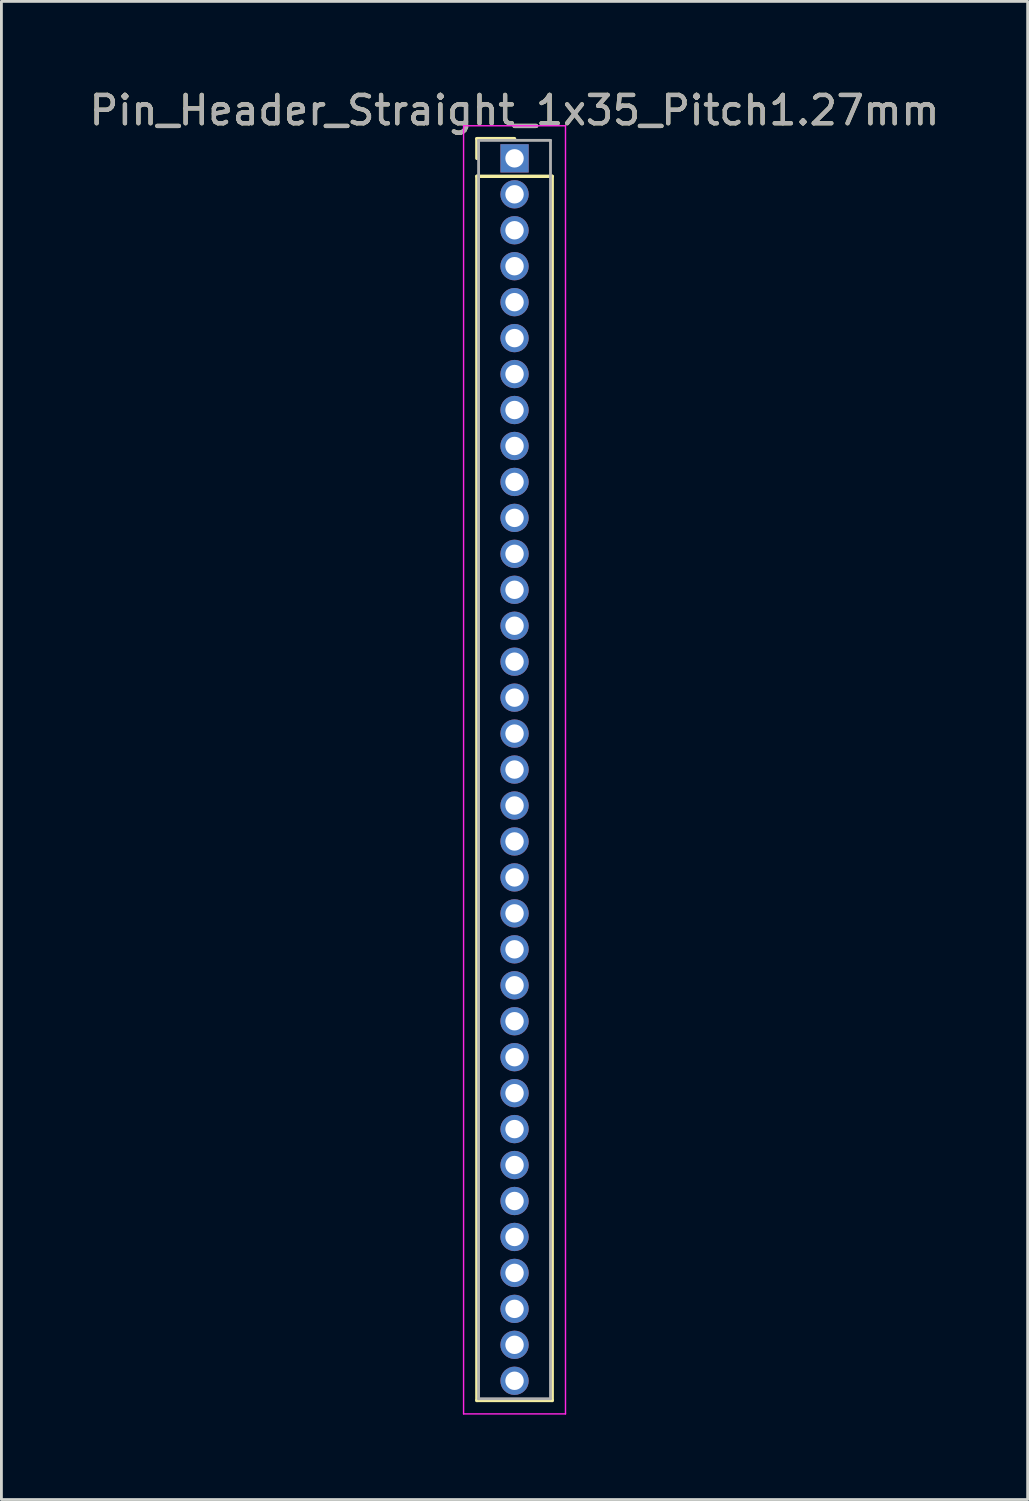
<source format=kicad_pcb>
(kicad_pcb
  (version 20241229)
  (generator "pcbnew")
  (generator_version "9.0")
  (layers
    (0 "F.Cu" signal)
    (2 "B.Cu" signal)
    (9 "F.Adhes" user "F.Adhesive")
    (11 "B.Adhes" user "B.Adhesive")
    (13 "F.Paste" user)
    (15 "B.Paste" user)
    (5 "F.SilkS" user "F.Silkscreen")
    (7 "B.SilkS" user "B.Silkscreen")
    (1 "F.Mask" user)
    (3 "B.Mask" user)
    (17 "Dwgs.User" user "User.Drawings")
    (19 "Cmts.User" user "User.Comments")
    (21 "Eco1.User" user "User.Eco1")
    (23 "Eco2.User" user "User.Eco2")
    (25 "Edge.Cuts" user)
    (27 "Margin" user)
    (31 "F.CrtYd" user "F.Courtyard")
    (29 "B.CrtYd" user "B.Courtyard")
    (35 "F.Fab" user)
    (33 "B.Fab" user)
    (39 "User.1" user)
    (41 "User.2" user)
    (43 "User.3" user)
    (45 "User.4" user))
  (footprint "Pin_Header_Straight_1x35_Pitch1.27mm"
    (layer "F.Cu")
    (at 15.125 2.543)
    (property "Reference" "Pin_Header_Straight_1x35_Pitch1.27mm" (at 0 -1.695 0) (layer "F.SilkS") (effects (font (size 1 1) (thickness 0.15))))
    (attr through_hole)
    (fp_line (start -1.33 -0.695) (end 0 -0.695) (stroke (width 0.12) (type solid)) (layer "F.SilkS"))
    (fp_line (start -1.33 0) (end -1.33 -0.695) (stroke (width 0.12) (type solid)) (layer "F.SilkS"))
    (fp_line (start -1.33 0.635) (end -1.33 43.875) (stroke (width 0.12) (type solid)) (layer "F.SilkS"))
    (fp_line (start -1.33 43.875) (end 1.33 43.875) (stroke (width 0.12) (type solid)) (layer "F.SilkS"))
    (fp_line (start 1.33 0.635) (end -1.33 0.635) (stroke (width 0.12) (type solid)) (layer "F.SilkS"))
    (fp_line (start 1.33 43.875) (end 1.33 0.635) (stroke (width 0.12) (type solid)) (layer "F.SilkS"))
    (fp_line (start -1.8 -1.15) (end -1.8 44.35) (stroke (width 0.05) (type solid)) (layer "F.CrtYd"))
    (fp_line (start -1.8 44.35) (end 1.8 44.35) (stroke (width 0.05) (type solid)) (layer "F.CrtYd"))
    (fp_line (start 1.8 -1.15) (end -1.8 -1.15) (stroke (width 0.05) (type solid)) (layer "F.CrtYd"))
    (fp_line (start 1.8 44.35) (end 1.8 -1.15) (stroke (width 0.05) (type solid)) (layer "F.CrtYd"))
    (fp_line (start -1.27 -0.635) (end -1.27 43.815) (stroke (width 0.1) (type solid)) (layer "F.Fab"))
    (fp_line (start -1.27 43.815) (end 1.27 43.815) (stroke (width 0.1) (type solid)) (layer "F.Fab"))
    (fp_line (start 1.27 -0.635) (end -1.27 -0.635) (stroke (width 0.1) (type solid)) (layer "F.Fab"))
    (fp_line (start 1.27 43.815) (end 1.27 -0.635) (stroke (width 0.1) (type solid)) (layer "F.Fab"))
    (fp_text user "${REFERENCE}" (at 0 -1.695 0) (layer "F.Fab") (effects (font (size 1 1) (thickness 0.15))))
    (pad "1" thru_hole rect (at 0 0) (size 1 1) (drill 0.65) (layers "*.Cu" "*.Mask"))
    (pad "2" thru_hole oval (at 0 1.27) (size 1 1) (drill 0.65) (layers "*.Cu" "*.Mask"))
    (pad "3" thru_hole oval (at 0 2.54) (size 1 1) (drill 0.65) (layers "*.Cu" "*.Mask"))
    (pad "4" thru_hole oval (at 0 3.81) (size 1 1) (drill 0.65) (layers "*.Cu" "*.Mask"))
    (pad "5" thru_hole oval (at 0 5.08) (size 1 1) (drill 0.65) (layers "*.Cu" "*.Mask"))
    (pad "6" thru_hole oval (at 0 6.35) (size 1 1) (drill 0.65) (layers "*.Cu" "*.Mask"))
    (pad "7" thru_hole oval (at 0 7.62) (size 1 1) (drill 0.65) (layers "*.Cu" "*.Mask"))
    (pad "8" thru_hole oval (at 0 8.89) (size 1 1) (drill 0.65) (layers "*.Cu" "*.Mask"))
    (pad "9" thru_hole oval (at 0 10.16) (size 1 1) (drill 0.65) (layers "*.Cu" "*.Mask"))
    (pad "10" thru_hole oval (at 0 11.43) (size 1 1) (drill 0.65) (layers "*.Cu" "*.Mask"))
    (pad "11" thru_hole oval (at 0 12.7) (size 1 1) (drill 0.65) (layers "*.Cu" "*.Mask"))
    (pad "12" thru_hole oval (at 0 13.97) (size 1 1) (drill 0.65) (layers "*.Cu" "*.Mask"))
    (pad "13" thru_hole oval (at 0 15.24) (size 1 1) (drill 0.65) (layers "*.Cu" "*.Mask"))
    (pad "14" thru_hole oval (at 0 16.51) (size 1 1) (drill 0.65) (layers "*.Cu" "*.Mask"))
    (pad "15" thru_hole oval (at 0 17.78) (size 1 1) (drill 0.65) (layers "*.Cu" "*.Mask"))
    (pad "16" thru_hole oval (at 0 19.05) (size 1 1) (drill 0.65) (layers "*.Cu" "*.Mask"))
    (pad "17" thru_hole oval (at 0 20.32) (size 1 1) (drill 0.65) (layers "*.Cu" "*.Mask"))
    (pad "18" thru_hole oval (at 0 21.59) (size 1 1) (drill 0.65) (layers "*.Cu" "*.Mask"))
    (pad "19" thru_hole oval (at 0 22.86) (size 1 1) (drill 0.65) (layers "*.Cu" "*.Mask"))
    (pad "20" thru_hole oval (at 0 24.13) (size 1 1) (drill 0.65) (layers "*.Cu" "*.Mask"))
    (pad "21" thru_hole oval (at 0 25.4) (size 1 1) (drill 0.65) (layers "*.Cu" "*.Mask"))
    (pad "22" thru_hole oval (at 0 26.67) (size 1 1) (drill 0.65) (layers "*.Cu" "*.Mask"))
    (pad "23" thru_hole oval (at 0 27.94) (size 1 1) (drill 0.65) (layers "*.Cu" "*.Mask"))
    (pad "24" thru_hole oval (at 0 29.21) (size 1 1) (drill 0.65) (layers "*.Cu" "*.Mask"))
    (pad "25" thru_hole oval (at 0 30.48) (size 1 1) (drill 0.65) (layers "*.Cu" "*.Mask"))
    (pad "26" thru_hole oval (at 0 31.75) (size 1 1) (drill 0.65) (layers "*.Cu" "*.Mask"))
    (pad "27" thru_hole oval (at 0 33.02) (size 1 1) (drill 0.65) (layers "*.Cu" "*.Mask"))
    (pad "28" thru_hole oval (at 0 34.29) (size 1 1) (drill 0.65) (layers "*.Cu" "*.Mask"))
    (pad "29" thru_hole oval (at 0 35.56) (size 1 1) (drill 0.65) (layers "*.Cu" "*.Mask"))
    (pad "30" thru_hole oval (at 0 36.83) (size 1 1) (drill 0.65) (layers "*.Cu" "*.Mask"))
    (pad "31" thru_hole oval (at 0 38.1) (size 1 1) (drill 0.65) (layers "*.Cu" "*.Mask"))
    (pad "32" thru_hole oval (at 0 39.37) (size 1 1) (drill 0.65) (layers "*.Cu" "*.Mask"))
    (pad "33" thru_hole oval (at 0 40.64) (size 1 1) (drill 0.65) (layers "*.Cu" "*.Mask"))
    (pad "34" thru_hole oval (at 0 41.91) (size 1 1) (drill 0.65) (layers "*.Cu" "*.Mask"))
    (pad "35" thru_hole oval (at 0 43.18) (size 1 1) (drill 0.65) (layers "*.Cu" "*.Mask")))
  (gr_rect
    (start -3 -3)
    (end 33.25 49.918)
    (stroke (width 0.1) (type default))
    (fill no)
    (layer "Edge.Cuts")))
</source>
